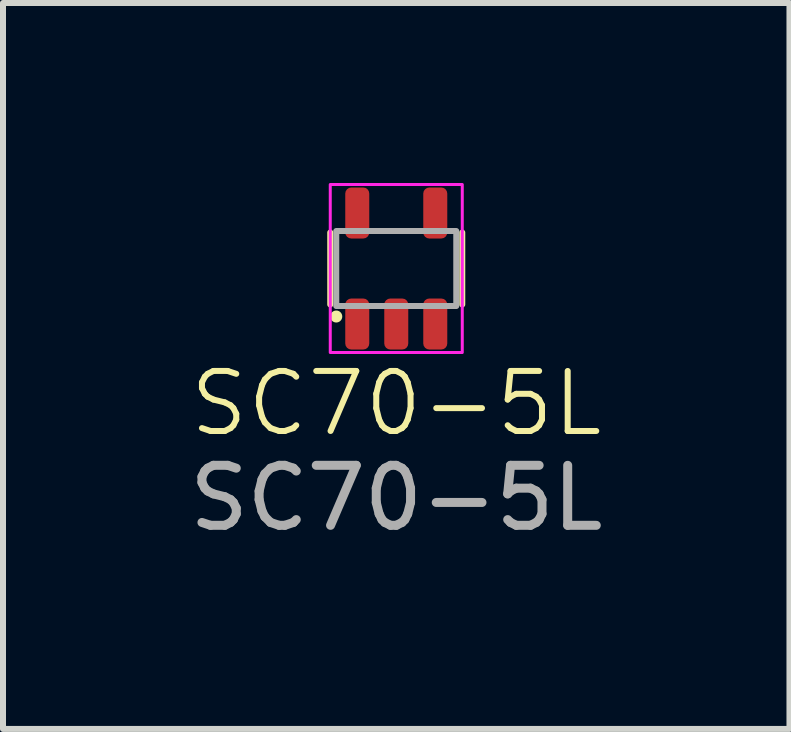
<source format=kicad_pcb>
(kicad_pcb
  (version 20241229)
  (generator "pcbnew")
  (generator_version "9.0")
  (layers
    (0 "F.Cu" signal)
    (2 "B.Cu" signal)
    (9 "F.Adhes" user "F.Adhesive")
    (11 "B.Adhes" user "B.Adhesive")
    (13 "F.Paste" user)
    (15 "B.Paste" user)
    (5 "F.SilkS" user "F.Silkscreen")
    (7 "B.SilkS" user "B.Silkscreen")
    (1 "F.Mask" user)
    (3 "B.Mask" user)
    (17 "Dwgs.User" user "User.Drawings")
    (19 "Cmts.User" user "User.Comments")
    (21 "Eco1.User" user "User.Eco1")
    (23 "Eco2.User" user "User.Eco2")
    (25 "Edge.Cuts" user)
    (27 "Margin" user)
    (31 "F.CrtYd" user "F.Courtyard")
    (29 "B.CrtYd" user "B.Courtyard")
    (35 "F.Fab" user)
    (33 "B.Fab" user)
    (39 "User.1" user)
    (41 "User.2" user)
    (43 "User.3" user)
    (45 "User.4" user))
  (footprint "SC70-5L"
    (layer "F.Cu")
    (at 3.554 1.45)
    (property "Reference" "SC70-5L" (at 0 2.225 0) (unlocked yes) (layer "F.SilkS") (effects (font (size 1 1) (thickness 0.1))))
    (attr smd)
    (fp_line (start -1.1 -0.625) (end -1.1 0.575) (stroke (width 0.1) (type default)) (layer "F.SilkS"))
    (fp_line (start 1.1 -0.625) (end 1.1 0.575) (stroke (width 0.1) (type default)) (layer "F.SilkS"))
    (fp_circle (center -1 0.775) (end -0.95 0.775) (stroke (width 0.1) (type solid)) (fill yes) (layer "F.SilkS"))
    (fp_rect (start -1.1 -1.425) (end 1.1 1.375) (stroke (width 0.05) (type default)) (fill no) (layer "F.CrtYd"))
    (fp_rect (start -1 -0.65) (end 1 0.6) (stroke (width 0.1) (type default)) (fill no) (layer "F.Fab"))
    (fp_text user "${REFERENCE}" (at 0 3.8 0) (unlocked yes) (layer "F.Fab") (effects (font (size 1 1) (thickness 0.15))))
    (pad "1" smd roundrect (at -0.65 0.9 180) (size 0.4 0.85) (layers "F.Cu" "F.Mask" "F.Paste") (roundrect_rratio 0.25))
    (pad "2" smd roundrect (at 0 0.9 180) (size 0.4 0.85) (layers "F.Cu" "F.Mask" "F.Paste") (roundrect_rratio 0.25))
    (pad "3" smd roundrect (at 0.65 0.9 180) (size 0.4 0.85) (layers "F.Cu" "F.Mask" "F.Paste") (roundrect_rratio 0.25))
    (pad "4" smd roundrect (at 0.65 -0.95 180) (size 0.4 0.85) (layers "F.Cu" "F.Mask" "F.Paste") (roundrect_rratio 0.25))
    (pad "5" smd roundrect (at -0.65 -0.95 180) (size 0.4 0.85) (layers "F.Cu" "F.Mask" "F.Paste") (roundrect_rratio 0.25)))
  (gr_rect
    (start -3 -3)
    (end 10.107 9.098)
    (stroke (width 0.1) (type default))
    (fill no)
    (layer "Edge.Cuts")))
</source>
